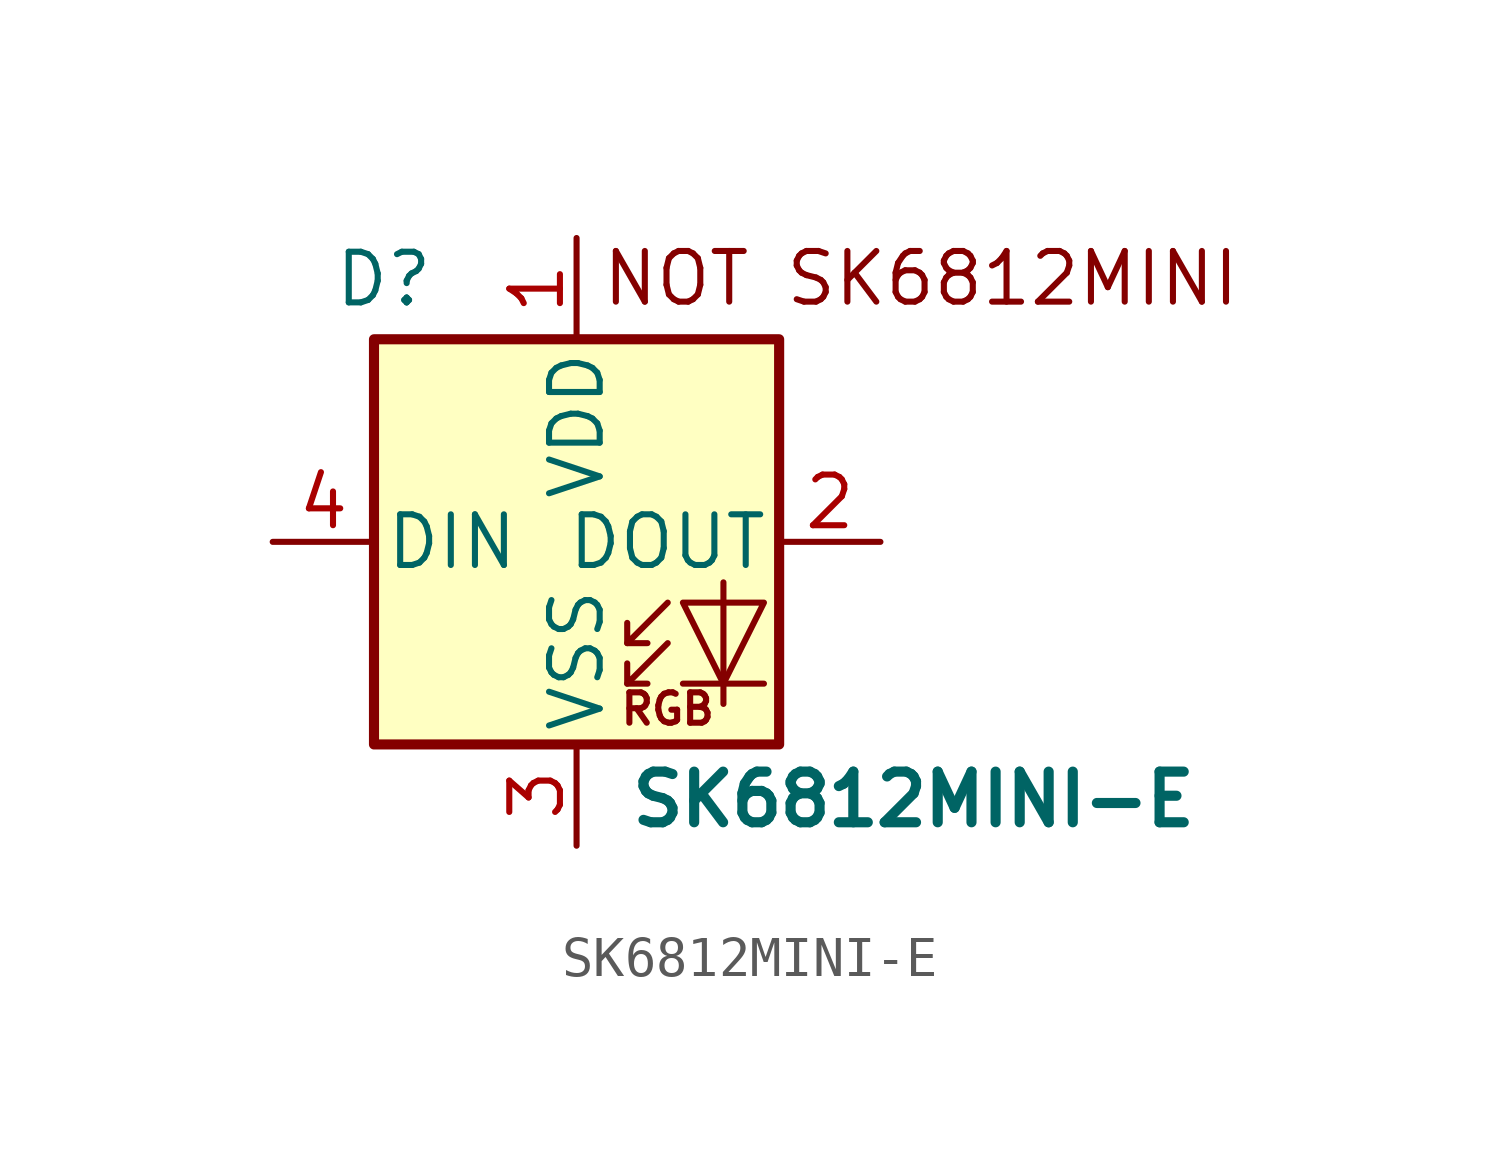
<source format=kicad_sym>
(kicad_symbol_lib
  (version 20241209)
  (generator "kicad_symbol_editor")
  (generator_version "8.99")
  (symbol "SK6812MINI-E"
    (pin_names
      (offset 0.254))
    (property "Reference" "D"
      (at -3.556 5.842 0)
      (effects (font (size 1.27 1.27)) (justify right bottom)))
    (property "Value" "SK6812MINI-E"
      (at 1.27 -5.715 0)
      (effects (font (size 1.27 1.27) (thickness 0.254) (bold yes)) (justify left top)))
    (symbol "SK6812MINI-E_0_0"
      (text "RGB" (at 2.286 -4.191 0) (effects (font (size 0.762 0.762)))))
    (symbol "SK6812MINI-E_0_1"
      (rectangle (start -5.08 5.08) (end 5.08 -5.08) (stroke (width 0.254) (type default)) (fill (type background)))
      (polyline (pts (xy 1.27 -2.54) (xy 1.778 -2.54)) (stroke (width 0) (type default)) (fill (type none)))
      (polyline (pts (xy 1.27 -3.556) (xy 1.778 -3.556)) (stroke (width 0) (type default)) (fill (type none)))
      (polyline (pts (xy 2.286 -1.524) (xy 1.27 -2.54) (xy 1.27 -2.032)) (stroke (width 0) (type default)) (fill (type none)))
      (polyline (pts (xy 2.286 -2.54) (xy 1.27 -3.556) (xy 1.27 -3.048)) (stroke (width 0) (type default)) (fill (type none)))
      (polyline (pts (xy 3.683 -1.016) (xy 3.683 -3.556) (xy 3.683 -4.064)) (stroke (width 0) (type default)) (fill (type none)))
      (polyline (pts (xy 4.699 -1.524) (xy 2.667 -1.524) (xy 3.683 -3.556) (xy 4.699 -1.524)) (stroke (width 0) (type default)) (fill (type none)))
      (polyline (pts (xy 4.699 -3.556) (xy 2.667 -3.556)) (stroke (width 0) (type default)) (fill (type none))))
    (symbol "SK6812MINI-E_1_1"
      (text "NOT SK6812MINI" (at 8.636 6.604 0) (effects (font (size 1.27 1.27))))
      (pin input line (at -7.62 0 0) (length 2.54) (name "DIN" (effects (font (size 1.27 1.27)))) (number "4" (effects (font (size 1.27 1.27)))))
      (pin power_in line (at 0 7.62 270) (length 2.54) (name "VDD" (effects (font (size 1.27 1.27)))) (number "1" (effects (font (size 1.27 1.27)))))
      (pin power_in line (at 0 -7.62 90) (length 2.54) (name "VSS" (effects (font (size 1.27 1.27)))) (number "3" (effects (font (size 1.27 1.27)))))
      (pin output line (at 7.62 0 180) (length 2.54) (name "DOUT" (effects (font (size 1.27 1.27)))) (number "2" (effects (font (size 1.27 1.27))))))))
</source>
